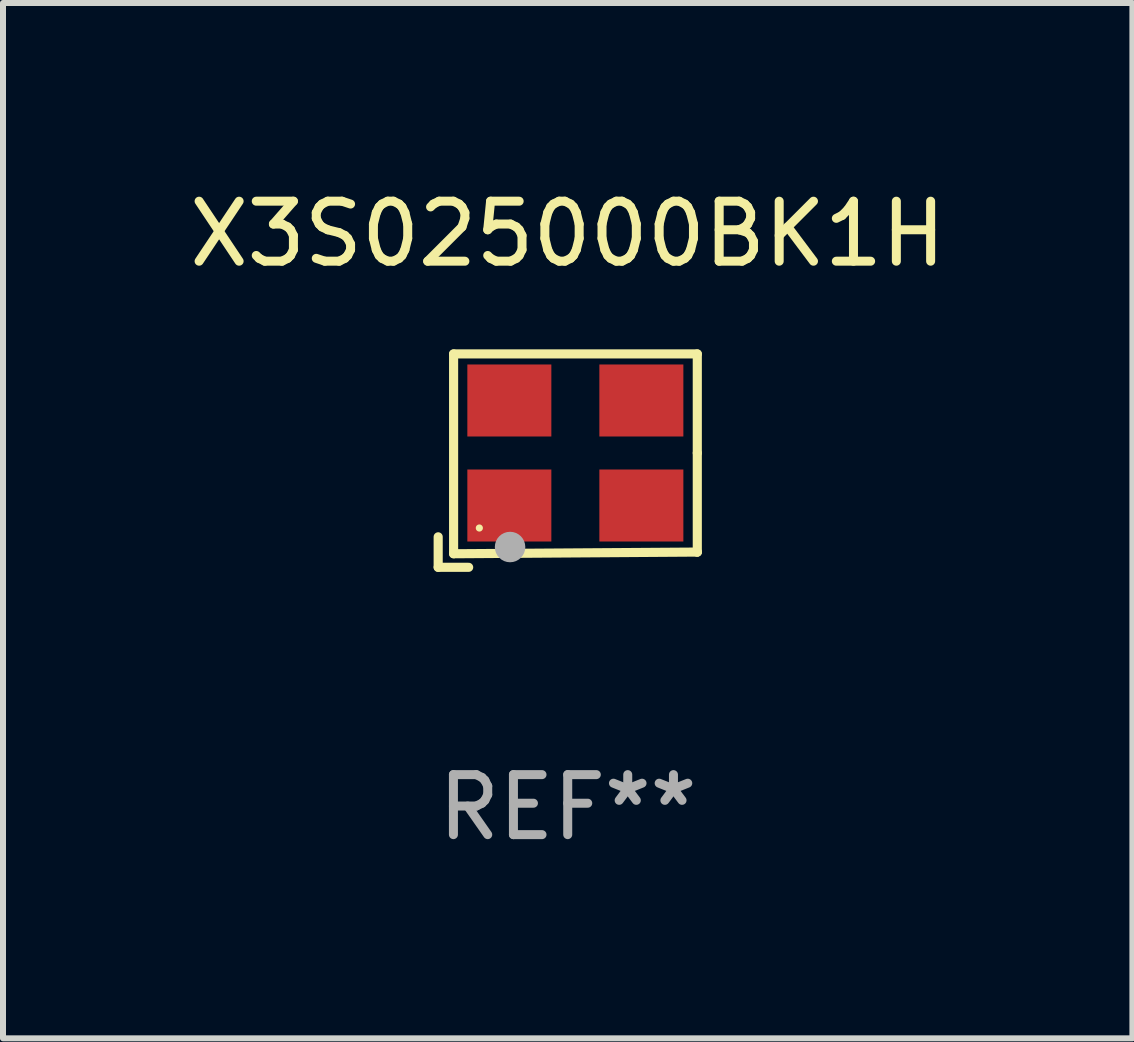
<source format=kicad_pcb>
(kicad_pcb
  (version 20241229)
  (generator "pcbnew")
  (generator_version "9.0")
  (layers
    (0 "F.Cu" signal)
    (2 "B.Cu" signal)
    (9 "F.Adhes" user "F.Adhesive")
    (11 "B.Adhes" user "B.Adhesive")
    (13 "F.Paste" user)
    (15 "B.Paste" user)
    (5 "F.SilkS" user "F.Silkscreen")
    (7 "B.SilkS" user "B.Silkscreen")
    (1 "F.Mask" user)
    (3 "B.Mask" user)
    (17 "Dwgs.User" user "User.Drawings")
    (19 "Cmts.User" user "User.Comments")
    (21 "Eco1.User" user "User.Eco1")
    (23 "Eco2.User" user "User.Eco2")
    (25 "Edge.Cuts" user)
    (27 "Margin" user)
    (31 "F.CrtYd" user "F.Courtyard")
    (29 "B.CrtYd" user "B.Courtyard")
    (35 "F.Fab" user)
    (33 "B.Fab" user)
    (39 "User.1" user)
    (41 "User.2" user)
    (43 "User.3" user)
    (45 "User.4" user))
  (footprint "X3S025000BK1H"
    (layer "F.Cu")
    (at 6.411 4.626)
    (property "Reference" "X3S025000BK1H" (at 0 -3.778 0) (layer "F.SilkS") (effects (font (size 1 1) (thickness 0.15))))
    (attr through_hole)
    (fp_line (start -2.159 1.27) (end -2.159 1.778) (stroke (width 0.152) (type solid)) (layer "F.SilkS"))
    (fp_line (start -2.159 1.778) (end -1.651 1.778) (stroke (width 0.152) (type solid)) (layer "F.SilkS"))
    (fp_line (start -1.902 -1.778) (end 2.159 -1.778) (stroke (width 0.152) (type solid)) (layer "F.SilkS"))
    (fp_line (start -1.902 1.552) (end -1.902 -1.778) (stroke (width 0.152) (type solid)) (layer "F.SilkS"))
    (fp_line (start 2.159 -1.778) (end 2.159 -0.127) (stroke (width 0.152) (type solid)) (layer "F.SilkS"))
    (fp_line (start 2.159 -0.127) (end 2.159 1.524) (stroke (width 0.152) (type solid)) (layer "F.SilkS"))
    (fp_line (start 2.159 1.524) (end -1.902 1.552) (stroke (width 0.152) (type solid)) (layer "F.SilkS"))
    (fp_line (start 2.159 1.524) (end 2.159 1.524) (stroke (width 0.152) (type solid)) (layer "F.SilkS"))
    (fp_circle (center -1.473 1.123) (end -1.443 1.123) (stroke (width 0.06) (type solid)) (fill no) (layer "F.SilkS"))
    (fp_circle (center -0.961 1.44) (end -0.834 1.44) (stroke (width 0.254) (type solid)) (fill no) (layer "F.Fab"))
    (fp_text user "REF**" (at 0 5.778 0) (layer "F.Fab") (effects (font (size 1 1) (thickness 0.15))))
    (pad "1" smd rect (at -0.973 0.748) (size 1.4 1.2) (layers "F.Cu" "F.Mask" "F.Paste"))
    (pad "2" smd rect (at 1.227 0.748) (size 1.4 1.2) (layers "F.Cu" "F.Mask" "F.Paste"))
    (pad "3" smd rect (at 1.227 -1.002) (size 1.4 1.2) (layers "F.Cu" "F.Mask" "F.Paste"))
    (pad "4" smd rect (at -0.973 -1.002) (size 1.4 1.2) (layers "F.Cu" "F.Mask" "F.Paste")))
  (gr_rect
    (start -3 -3)
    (end 15.821 14.253)
    (stroke (width 0.1) (type default))
    (fill no)
    (layer "Edge.Cuts")))
</source>
